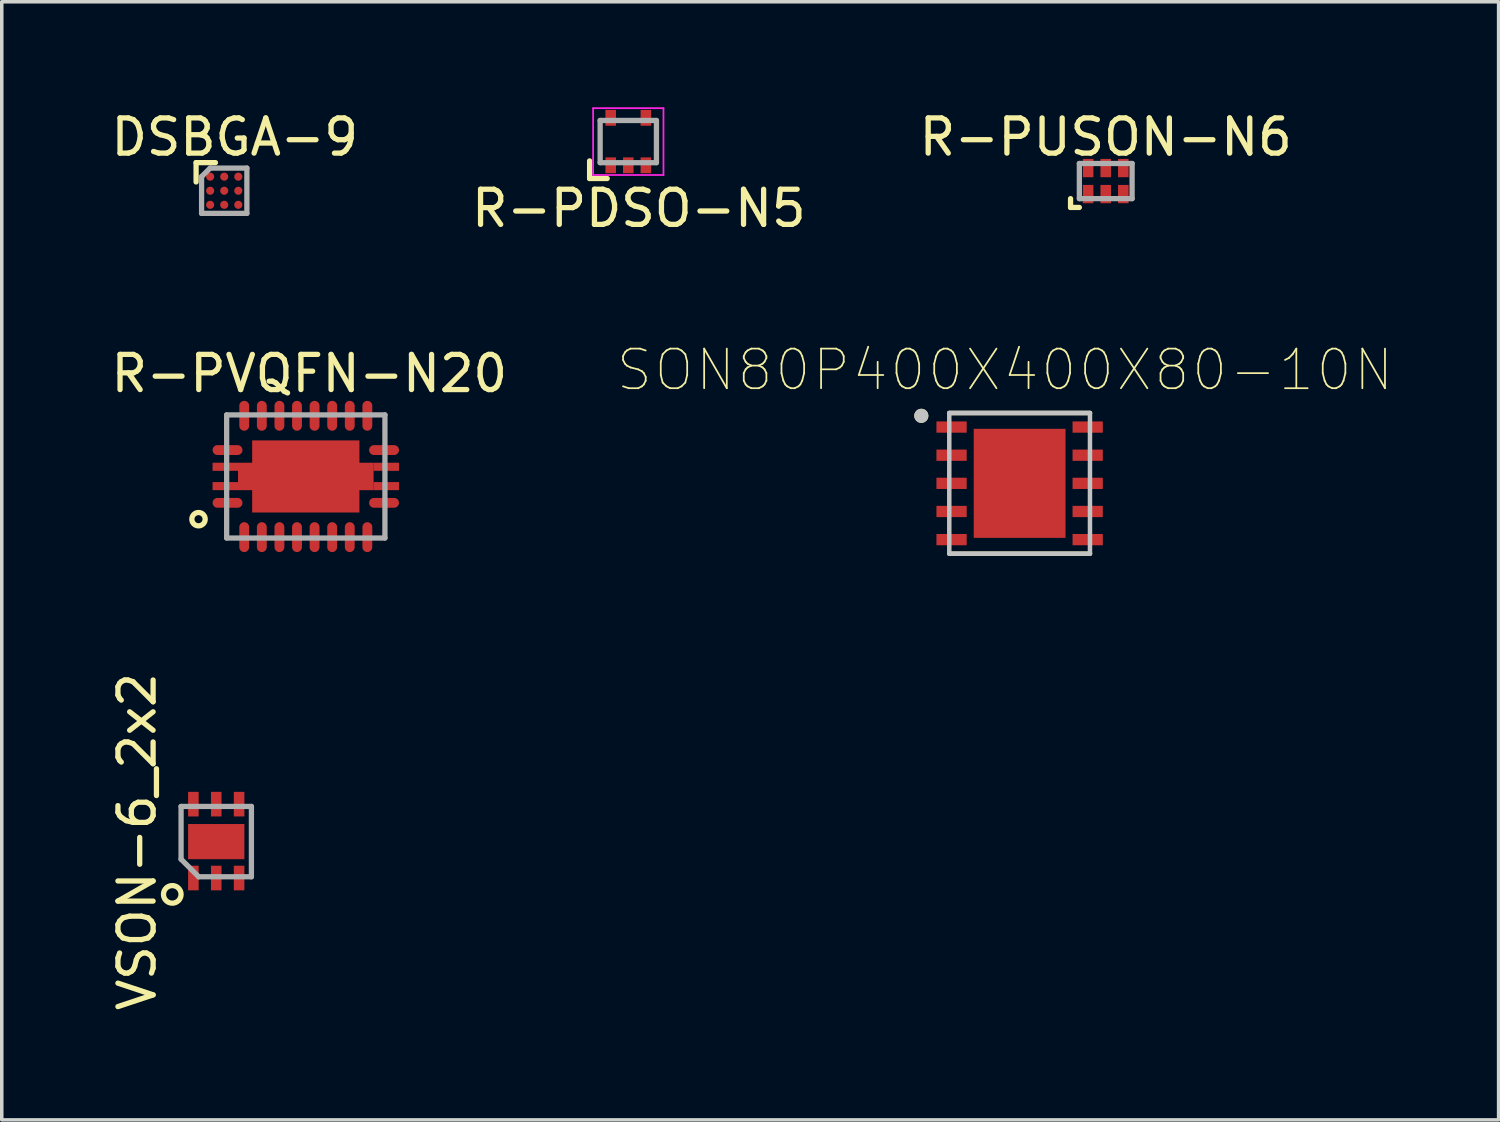
<source format=kicad_pcb>
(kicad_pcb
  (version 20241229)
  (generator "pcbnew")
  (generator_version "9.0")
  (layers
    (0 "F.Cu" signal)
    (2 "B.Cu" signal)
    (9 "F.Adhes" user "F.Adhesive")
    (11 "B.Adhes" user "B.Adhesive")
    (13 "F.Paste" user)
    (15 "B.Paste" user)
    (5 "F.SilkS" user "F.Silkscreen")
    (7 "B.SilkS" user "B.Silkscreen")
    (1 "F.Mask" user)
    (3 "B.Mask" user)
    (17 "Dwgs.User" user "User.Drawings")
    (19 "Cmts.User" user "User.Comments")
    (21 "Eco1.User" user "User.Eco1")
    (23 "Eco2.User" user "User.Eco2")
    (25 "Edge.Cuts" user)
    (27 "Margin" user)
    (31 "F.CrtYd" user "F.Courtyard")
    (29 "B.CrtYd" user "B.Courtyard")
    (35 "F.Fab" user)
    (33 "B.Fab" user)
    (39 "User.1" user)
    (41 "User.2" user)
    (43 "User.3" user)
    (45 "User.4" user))
  (footprint "R-PUSON-N6"
    (layer "F.Cu")
    (at 28.387 2.098)
    (property "Reference" "R-PUSON-N6" (at 0 -1.25 0) (layer "F.SilkS") (effects (font (size 1 1) (thickness 0.15))))
    (attr through_hole)
    (fp_line (start -1 0.5) (end -1 0.75) (stroke (width 0.15) (type solid)) (layer "F.SilkS"))
    (fp_line (start -1 0.75) (end -0.75 0.75) (stroke (width 0.15) (type solid)) (layer "F.SilkS"))
    (fp_line (start -0.75 -0.5) (end 0.75 -0.5) (stroke (width 0.15) (type solid)) (layer "F.Fab"))
    (fp_line (start -0.75 0.5) (end -0.75 -0.5) (stroke (width 0.15) (type solid)) (layer "F.Fab"))
    (fp_line (start 0.75 -0.5) (end 0.75 0.5) (stroke (width 0.15) (type solid)) (layer "F.Fab"))
    (fp_line (start 0.75 0.5) (end -0.75 0.5) (stroke (width 0.15) (type solid)) (layer "F.Fab"))
    (pad "1" smd rect (at -0.5 0.37) (size 0.3 0.52) (layers "F.Cu" "F.Mask" "F.Paste"))
    (pad "2" smd rect (at 0 0.37) (size 0.3 0.52) (layers "F.Cu" "F.Mask" "F.Paste"))
    (pad "3" smd rect (at 0.5 0.37) (size 0.3 0.52) (layers "F.Cu" "F.Mask" "F.Paste"))
    (pad "4" smd rect (at 0.5 -0.37) (size 0.3 0.52) (layers "F.Cu" "F.Mask" "F.Paste"))
    (pad "5" smd rect (at 0 -0.37) (size 0.3 0.52) (layers "F.Cu" "F.Mask" "F.Paste"))
    (pad "6" smd rect (at -0.5 -0.37) (size 0.3 0.52) (layers "F.Cu" "F.Mask" "F.Paste")))
  (footprint "R-PVQFN-N20"
    (layer "F.Cu")
    (at 5.644 10.496)
    (property "Reference" "R-PVQFN-N20" (at 0.1 -2.925 0) (layer "F.SilkS") (effects (font (size 1 1) (thickness 0.15))))
    (attr through_hole)
    (fp_circle (center -3.05 1.215) (end -3.11 1.035) (stroke (width 0.15) (type solid)) (fill no) (layer "F.SilkS"))
    (fp_line (start -2.25 -1.75) (end 2.25 -1.75) (stroke (width 0.15) (type solid)) (layer "F.Fab"))
    (fp_line (start -2.25 1.75) (end -2.25 -1.75) (stroke (width 0.15) (type solid)) (layer "F.Fab"))
    (fp_line (start -2.25 1.75) (end 2.25 1.75) (stroke (width 0.15) (type solid)) (layer "F.Fab"))
    (fp_line (start 2.25 -1.75) (end 2.25 1.75) (stroke (width 0.15) (type solid)) (layer "F.Fab"))
    (pad "1" smd oval (at -2.225 0.75) (size 0.85 0.28) (layers "F.Cu" "F.Mask" "F.Paste"))
    (pad "2" smd oval (at -1.75 1.725) (size 0.28 0.85) (layers "F.Cu" "F.Mask" "F.Paste"))
    (pad "3" smd oval (at -1.25 1.725) (size 0.28 0.85) (layers "F.Cu" "F.Mask" "F.Paste"))
    (pad "4" smd oval (at -0.75 1.725) (size 0.28 0.85) (layers "F.Cu" "F.Mask" "F.Paste"))
    (pad "5" smd oval (at -0.25 1.725) (size 0.28 0.85) (layers "F.Cu" "F.Mask" "F.Paste"))
    (pad "6" smd oval (at 0.25 1.725) (size 0.28 0.85) (layers "F.Cu" "F.Mask" "F.Paste"))
    (pad "7" smd oval (at 0.75 1.725) (size 0.28 0.85) (layers "F.Cu" "F.Mask" "F.Paste"))
    (pad "8" smd oval (at 1.25 1.725) (size 0.28 0.85) (layers "F.Cu" "F.Mask" "F.Paste"))
    (pad "9" smd oval (at 1.75 1.725) (size 0.28 0.85) (layers "F.Cu" "F.Mask" "F.Paste"))
    (pad "10" smd oval (at 2.225 0.75) (size 0.85 0.28) (layers "F.Cu" "F.Mask" "F.Paste"))
    (pad "11" smd oval (at 2.225 -0.75) (size 0.85 0.28) (layers "F.Cu" "F.Mask" "F.Paste"))
    (pad "12" smd oval (at 1.75 -1.725) (size 0.28 0.85) (layers "F.Cu" "F.Mask" "F.Paste"))
    (pad "13" smd oval (at 1.25 -1.725) (size 0.28 0.85) (layers "F.Cu" "F.Mask" "F.Paste"))
    (pad "14" smd oval (at 0.75 -1.725) (size 0.28 0.85) (layers "F.Cu" "F.Mask" "F.Paste"))
    (pad "15" smd oval (at 0.25 -1.725) (size 0.28 0.85) (layers "F.Cu" "F.Mask" "F.Paste"))
    (pad "16" smd oval (at -0.25 -1.725) (size 0.28 0.85) (layers "F.Cu" "F.Mask" "F.Paste"))
    (pad "17" smd oval (at -0.75 -1.725) (size 0.28 0.85) (layers "F.Cu" "F.Mask" "F.Paste"))
    (pad "18" smd oval (at -1.25 -1.725) (size 0.28 0.85) (layers "F.Cu" "F.Mask" "F.Paste"))
    (pad "19" smd oval (at -1.75 -1.725) (size 0.28 0.85) (layers "F.Cu" "F.Mask" "F.Paste"))
    (pad "20" smd oval (at -2.225 -0.75) (size 0.85 0.28) (layers "F.Cu" "F.Mask" "F.Paste"))
    (pad "21" smd rect (at -2.288 -0.275) (size 0.725 0.23) (layers "F.Cu" "F.Mask" "F.Paste"))
    (pad "21" smd rect (at -2.288 0.275) (size 0.725 0.23) (layers "F.Cu" "F.Mask" "F.Paste"))
    (pad "21" smd rect (at -1.565 0) (size 0.725 0.78) (layers "F.Cu" "F.Mask" "F.Paste"))
    (pad "21" smd rect (at 0 0) (size 3.05 2.05) (layers "F.Cu" "F.Mask" "F.Paste"))
    (pad "21" smd rect (at 1.565 0) (size 0.725 0.78) (layers "F.Cu" "F.Mask" "F.Paste"))
    (pad "21" smd rect (at 2.288 -0.275) (size 0.725 0.23) (layers "F.Cu" "F.Mask" "F.Paste"))
    (pad "21" smd rect (at 2.288 0.275) (size 0.725 0.23) (layers "F.Cu" "F.Mask" "F.Paste")))
  (footprint "VSON-6_2x2"
    (layer "F.Cu")
    (at 3.098 20.878)
    (property "Reference" "VSON-6_2x2" (at -2.25 0 90) (layer "F.SilkS") (effects (font (size 1 1) (thickness 0.15))))
    (attr through_hole)
    (fp_circle (center -1.25 1.5) (end -1 1.5) (stroke (width 0.15) (type solid)) (fill no) (layer "F.SilkS"))
    (fp_line (start -1 -1) (end 1 -1) (stroke (width 0.15) (type solid)) (layer "F.Fab"))
    (fp_line (start -1 0.5) (end -1 -1) (stroke (width 0.15) (type solid)) (layer "F.Fab"))
    (fp_line (start -1 0.5) (end -0.5 1) (stroke (width 0.15) (type solid)) (layer "F.Fab"))
    (fp_line (start 1 -1) (end 1 1) (stroke (width 0.15) (type solid)) (layer "F.Fab"))
    (fp_line (start 1 1) (end -0.5 1) (stroke (width 0.15) (type solid)) (layer "F.Fab"))
    (pad "1" smd rect (at -0.65 1.035) (size 0.3 0.7) (layers "F.Cu" "F.Mask" "F.Paste"))
    (pad "2" smd rect (at 0 1.035) (size 0.3 0.7) (layers "F.Cu" "F.Mask" "F.Paste"))
    (pad "3" smd rect (at 0.65 1.035) (size 0.3 0.7) (layers "F.Cu" "F.Mask" "F.Paste"))
    (pad "4" smd rect (at 0.65 -1.065) (size 0.3 0.7) (layers "F.Cu" "F.Mask" "F.Paste"))
    (pad "5" smd rect (at 0 -1.065) (size 0.3 0.7) (layers "F.Cu" "F.Mask" "F.Paste"))
    (pad "6" smd rect (at -0.65 -1.065) (size 0.3 0.7) (layers "F.Cu" "F.Mask" "F.Paste"))
    (pad "7" smd rect (at 0 0) (size 1.6 1) (layers "F.Cu" "F.Mask" "F.Paste")))
  (footprint "DSBGA-9"
    (layer "F.Cu")
    (at 3.325 2.373)
    (property "Reference" "DSBGA-9" (at 0.3 -1.525 0) (layer "F.SilkS") (effects (font (size 1 1) (thickness 0.15))))
    (attr through_hole)
    (fp_line (start -0.8 -0.8) (end -0.8 -0.25) (stroke (width 0.15) (type solid)) (layer "F.SilkS"))
    (fp_line (start -0.25 -0.8) (end -0.8 -0.8) (stroke (width 0.15) (type solid)) (layer "F.SilkS"))
    (fp_line (start -0.644 -0.4) (end -0.644 0.644) (stroke (width 0.15) (type solid)) (layer "F.Fab"))
    (fp_line (start -0.4 -0.644) (end -0.644 -0.4) (stroke (width 0.15) (type solid)) (layer "F.Fab"))
    (fp_line (start -0.4 -0.644) (end 0.644 -0.644) (stroke (width 0.15) (type solid)) (layer "F.Fab"))
    (fp_line (start 0.644 -0.644) (end 0.644 0.644) (stroke (width 0.15) (type solid)) (layer "F.Fab"))
    (fp_line (start 0.644 0.644) (end -0.644 0.644) (stroke (width 0.15) (type solid)) (layer "F.Fab"))
    (pad "A1" smd circle (at -0.4 -0.4) (size 0.23 0.23) (layers "F.Cu" "F.Mask" "F.Paste"))
    (pad "A2" smd circle (at 0 -0.4) (size 0.23 0.23) (layers "F.Cu" "F.Mask" "F.Paste"))
    (pad "A3" smd circle (at 0.4 -0.4) (size 0.23 0.23) (layers "F.Cu" "F.Mask" "F.Paste"))
    (pad "B1" smd circle (at -0.4 0) (size 0.23 0.23) (layers "F.Cu" "F.Mask" "F.Paste"))
    (pad "B2" smd circle (at 0 0) (size 0.23 0.23) (layers "F.Cu" "F.Mask" "F.Paste"))
    (pad "B3" smd circle (at 0.4 0) (size 0.23 0.23) (layers "F.Cu" "F.Mask" "F.Paste"))
    (pad "C1" smd circle (at -0.4 0.4) (size 0.23 0.23) (layers "F.Cu" "F.Mask" "F.Paste"))
    (pad "C2" smd circle (at 0 0.4) (size 0.23 0.23) (layers "F.Cu" "F.Mask" "F.Paste"))
    (pad "C3" smd circle (at 0.4 0.4) (size 0.23 0.23) (layers "F.Cu" "F.Mask" "F.Paste")))
  (footprint "R-PDSO-N5"
    (layer "F.Cu")
    (at 14.813 0.975)
    (property "Reference" "R-PDSO-N5" (at 0.3 1.9 0) (layer "F.SilkS") (effects (font (size 1 1) (thickness 0.15))))
    (attr through_hole)
    (fp_line (start -1.1 0.55) (end -1.1 1.05) (stroke (width 0.15) (type solid)) (layer "F.SilkS"))
    (fp_line (start -1.1 1.05) (end -0.6 1.05) (stroke (width 0.15) (type solid)) (layer "F.SilkS"))
    (fp_line (start -1 -0.95) (end 1 -0.95) (stroke (width 0.05) (type solid)) (layer "F.CrtYd"))
    (fp_line (start -1 0.95) (end -1 -0.95) (stroke (width 0.05) (type solid)) (layer "F.CrtYd"))
    (fp_line (start 1 -0.95) (end 1 0.95) (stroke (width 0.05) (type solid)) (layer "F.CrtYd"))
    (fp_line (start 1 0.95) (end -1 0.95) (stroke (width 0.05) (type solid)) (layer "F.CrtYd"))
    (fp_line (start -0.8 -0.6) (end 0.8 -0.6) (stroke (width 0.15) (type solid)) (layer "F.Fab"))
    (fp_line (start -0.8 0.6) (end -0.8 -0.6) (stroke (width 0.15) (type solid)) (layer "F.Fab"))
    (fp_line (start 0.8 -0.6) (end 0.8 0.6) (stroke (width 0.15) (type solid)) (layer "F.Fab"))
    (fp_line (start 0.8 0.6) (end -0.8 0.6) (stroke (width 0.15) (type solid)) (layer "F.Fab"))
    (pad "1" smd rect (at -0.5 0.675) (size 0.3 0.45) (layers "F.Cu" "F.Mask" "F.Paste"))
    (pad "2" smd rect (at 0 0.675) (size 0.3 0.45) (layers "F.Cu" "F.Mask" "F.Paste"))
    (pad "3" smd rect (at 0.5 0.675) (size 0.3 0.45) (layers "F.Cu" "F.Mask" "F.Paste"))
    (pad "4" smd rect (at 0.5 -0.675) (size 0.3 0.45) (layers "F.Cu" "F.Mask" "F.Paste"))
    (pad "5" smd rect (at -0.5 -0.675) (size 0.3 0.45) (layers "F.Cu" "F.Mask" "F.Paste")))
  (footprint "SON80P400X400X80-10N"
    (layer "F.Cu")
    (at 25.939 10.692)
    (property "Reference" "SON80P400X400X80-10N" (at -0.417 -3.223 0) (layer "F.SilkS") (effects (font (size 1.126 1.126) (thickness 0.05))))
    (attr smd)
    (fp_line (start -2 -2) (end 2 -2) (stroke (width 0.127) (type solid)) (layer "F.SilkS"))
    (fp_line (start -2 2) (end 2 2) (stroke (width 0.127) (type solid)) (layer "F.SilkS"))
    (fp_circle (center -2.795 -1.92) (end -2.595 -1.92) (stroke (width 0) (type solid)) (fill yes) (layer "F.SilkS"))
    (fp_poly (pts (xy -0.728 -0.775) (xy 0.653 -0.775) (xy 0.653 0.864) (xy -0.728 0.864)) (stroke (width 0) (type solid)) (fill yes) (layer "F.Paste"))
    (fp_line (start -2 -2) (end -2 2) (stroke (width 0.127) (type solid)) (layer "Dwgs.User"))
    (fp_line (start -2 -2) (end 2 -2) (stroke (width 0.127) (type solid)) (layer "Dwgs.User"))
    (fp_line (start -2 2) (end 2 2) (stroke (width 0.127) (type solid)) (layer "Dwgs.User"))
    (fp_line (start 2 -2) (end 2 2) (stroke (width 0.127) (type solid)) (layer "Dwgs.User"))
    (fp_circle (center -2.795 -1.92) (end -2.595 -1.92) (stroke (width 0) (type solid)) (fill yes) (layer "Dwgs.User"))
    (fp_line (start -2.615 -2.25) (end -2.615 2.25) (stroke (width 0.05) (type solid)) (layer "Eco1.User"))
    (fp_line (start -2.615 -2.25) (end 2.615 -2.25) (stroke (width 0.05) (type solid)) (layer "Eco1.User"))
    (fp_line (start -2.615 2.25) (end 2.615 2.25) (stroke (width 0.05) (type solid)) (layer "Eco1.User"))
    (fp_line (start 2.615 -2.25) (end 2.615 2.25) (stroke (width 0.05) (type solid)) (layer "Eco1.User"))
    (pad "1" smd rect (at -1.935 -1.6) (size 0.86 0.32) (layers "F.Cu" "F.Mask" "F.Paste"))
    (pad "2" smd rect (at -1.935 -0.8) (size 0.86 0.32) (layers "F.Cu" "F.Mask" "F.Paste"))
    (pad "3" smd rect (at -1.935 0) (size 0.86 0.32) (layers "F.Cu" "F.Mask" "F.Paste"))
    (pad "4" smd rect (at -1.935 0.8) (size 0.86 0.32) (layers "F.Cu" "F.Mask" "F.Paste"))
    (pad "5" smd rect (at -1.935 1.6) (size 0.86 0.32) (layers "F.Cu" "F.Mask" "F.Paste"))
    (pad "6" smd rect (at 1.935 1.6) (size 0.86 0.32) (layers "F.Cu" "F.Mask" "F.Paste"))
    (pad "7" smd rect (at 1.935 0.8) (size 0.86 0.32) (layers "F.Cu" "F.Mask" "F.Paste"))
    (pad "8" smd rect (at 1.935 0) (size 0.86 0.32) (layers "F.Cu" "F.Mask" "F.Paste"))
    (pad "9" smd rect (at 1.935 -0.8) (size 0.86 0.32) (layers "F.Cu" "F.Mask" "F.Paste"))
    (pad "10" smd rect (at 1.935 -1.6) (size 0.86 0.32) (layers "F.Cu" "F.Mask" "F.Paste"))
    (pad "11" smd rect (at 0 0) (size 2.61 3.1) (layers "F.Cu" "F.Mask" "F.Paste")))
  (gr_rect
    (start -3 -3)
    (end 39.557 28.789)
    (stroke (width 0.1) (type default))
    (fill no)
    (layer "Edge.Cuts")))
</source>
